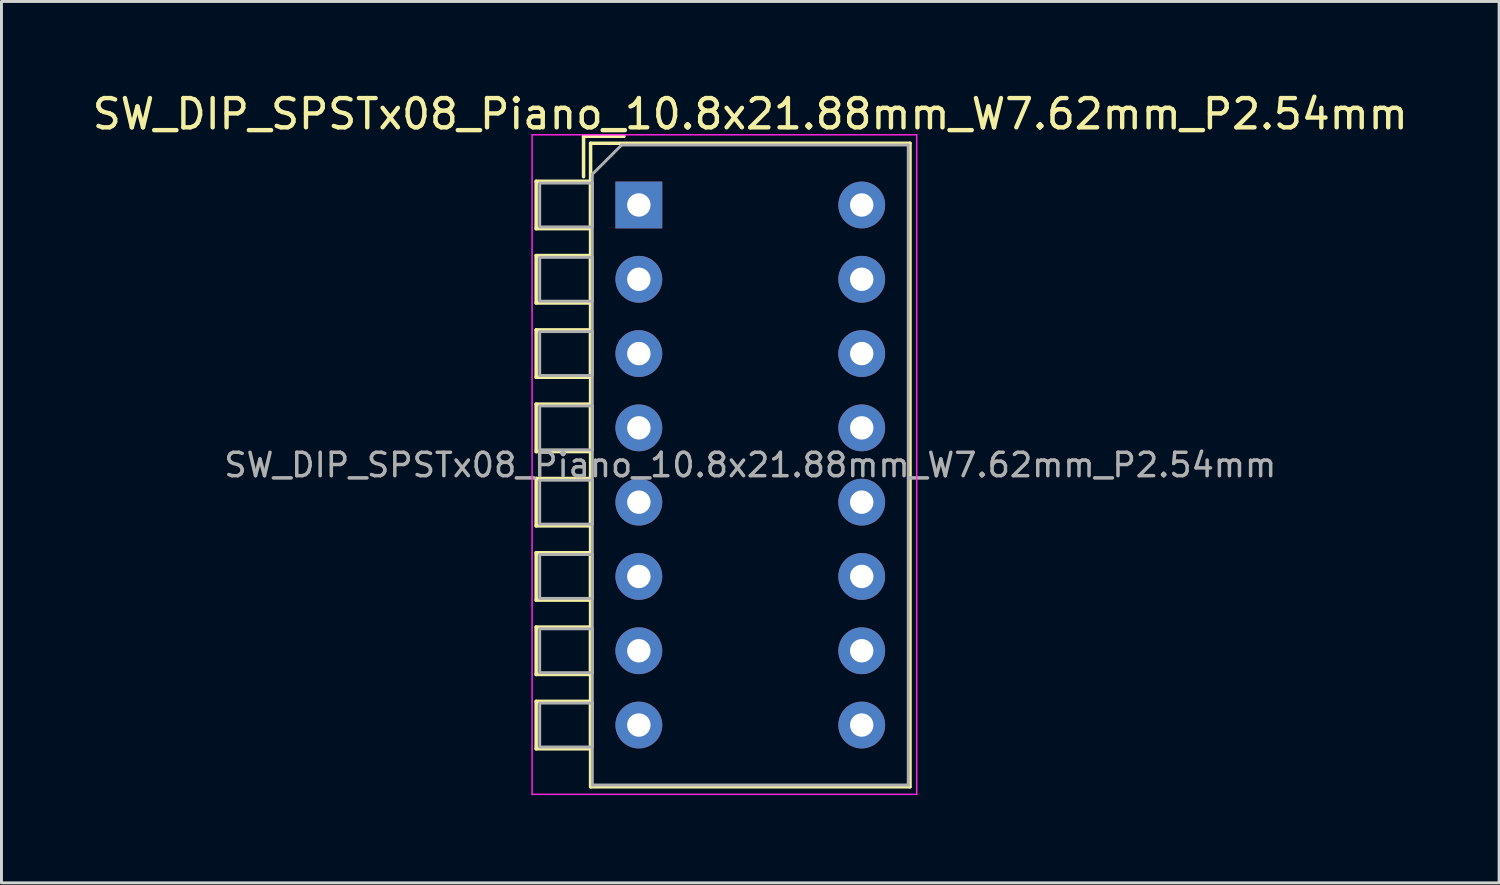
<source format=kicad_pcb>
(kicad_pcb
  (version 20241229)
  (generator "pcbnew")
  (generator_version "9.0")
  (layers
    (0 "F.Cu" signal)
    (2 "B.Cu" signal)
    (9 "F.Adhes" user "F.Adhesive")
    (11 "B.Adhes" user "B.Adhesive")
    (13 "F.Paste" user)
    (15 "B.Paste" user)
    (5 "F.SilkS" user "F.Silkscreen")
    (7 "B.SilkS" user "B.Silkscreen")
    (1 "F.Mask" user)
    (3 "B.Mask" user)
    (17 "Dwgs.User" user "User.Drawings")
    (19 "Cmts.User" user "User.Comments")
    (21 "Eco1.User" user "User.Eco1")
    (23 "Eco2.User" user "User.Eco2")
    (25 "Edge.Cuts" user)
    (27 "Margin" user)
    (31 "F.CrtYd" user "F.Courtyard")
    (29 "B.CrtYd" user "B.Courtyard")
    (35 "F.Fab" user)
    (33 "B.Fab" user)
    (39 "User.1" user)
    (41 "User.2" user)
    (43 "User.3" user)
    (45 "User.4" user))
  (footprint "SW_DIP_SPSTx08_Piano_10.8x21.88mm_W7.62mm_P2.54mm"
    (layer "F.Cu")
    (at 18.791 3.958)
    (property "Reference" "SW_DIP_SPSTx08_Piano_10.8x21.88mm_W7.62mm_P2.54mm" (at 3.81 -3.11 0) (layer "F.SilkS") (effects (font (size 1 1) (thickness 0.15))))
    (attr through_hole)
    (fp_line (start -3.51 -0.81) (end -3.51 0.81) (stroke (width 0.12) (type solid)) (layer "F.SilkS"))
    (fp_line (start -3.51 -0.81) (end -1.65 -0.81) (stroke (width 0.12) (type solid)) (layer "F.SilkS"))
    (fp_line (start -3.51 0.81) (end -1.65 0.81) (stroke (width 0.12) (type solid)) (layer "F.SilkS"))
    (fp_line (start -3.51 1.73) (end -3.51 3.35) (stroke (width 0.12) (type solid)) (layer "F.SilkS"))
    (fp_line (start -3.51 1.73) (end -1.65 1.73) (stroke (width 0.12) (type solid)) (layer "F.SilkS"))
    (fp_line (start -3.51 3.35) (end -1.65 3.35) (stroke (width 0.12) (type solid)) (layer "F.SilkS"))
    (fp_line (start -3.51 4.27) (end -3.51 5.89) (stroke (width 0.12) (type solid)) (layer "F.SilkS"))
    (fp_line (start -3.51 4.27) (end -1.65 4.27) (stroke (width 0.12) (type solid)) (layer "F.SilkS"))
    (fp_line (start -3.51 5.89) (end -1.65 5.89) (stroke (width 0.12) (type solid)) (layer "F.SilkS"))
    (fp_line (start -3.51 6.81) (end -3.51 8.43) (stroke (width 0.12) (type solid)) (layer "F.SilkS"))
    (fp_line (start -3.51 6.81) (end -1.65 6.81) (stroke (width 0.12) (type solid)) (layer "F.SilkS"))
    (fp_line (start -3.51 8.43) (end -1.65 8.43) (stroke (width 0.12) (type solid)) (layer "F.SilkS"))
    (fp_line (start -3.51 9.35) (end -3.51 10.97) (stroke (width 0.12) (type solid)) (layer "F.SilkS"))
    (fp_line (start -3.51 9.35) (end -1.65 9.35) (stroke (width 0.12) (type solid)) (layer "F.SilkS"))
    (fp_line (start -3.51 10.97) (end -1.65 10.97) (stroke (width 0.12) (type solid)) (layer "F.SilkS"))
    (fp_line (start -3.51 11.89) (end -3.51 13.51) (stroke (width 0.12) (type solid)) (layer "F.SilkS"))
    (fp_line (start -3.51 11.89) (end -1.65 11.89) (stroke (width 0.12) (type solid)) (layer "F.SilkS"))
    (fp_line (start -3.51 13.51) (end -1.65 13.51) (stroke (width 0.12) (type solid)) (layer "F.SilkS"))
    (fp_line (start -3.51 14.43) (end -3.51 16.05) (stroke (width 0.12) (type solid)) (layer "F.SilkS"))
    (fp_line (start -3.51 14.43) (end -1.65 14.43) (stroke (width 0.12) (type solid)) (layer "F.SilkS"))
    (fp_line (start -3.51 16.05) (end -1.65 16.05) (stroke (width 0.12) (type solid)) (layer "F.SilkS"))
    (fp_line (start -3.51 16.971) (end -3.51 18.591) (stroke (width 0.12) (type solid)) (layer "F.SilkS"))
    (fp_line (start -3.51 16.971) (end -1.65 16.971) (stroke (width 0.12) (type solid)) (layer "F.SilkS"))
    (fp_line (start -3.51 18.591) (end -1.65 18.591) (stroke (width 0.12) (type solid)) (layer "F.SilkS"))
    (fp_line (start -1.89 -2.35) (end -1.89 -0.967) (stroke (width 0.12) (type solid)) (layer "F.SilkS"))
    (fp_line (start -1.89 -2.35) (end -0.507 -2.35) (stroke (width 0.12) (type solid)) (layer "F.SilkS"))
    (fp_line (start -1.65 -2.11) (end -1.65 19.891) (stroke (width 0.12) (type solid)) (layer "F.SilkS"))
    (fp_line (start -1.65 -2.11) (end 9.27 -2.11) (stroke (width 0.12) (type solid)) (layer "F.SilkS"))
    (fp_line (start -1.65 -0.81) (end -1.65 0.81) (stroke (width 0.12) (type solid)) (layer "F.SilkS"))
    (fp_line (start -1.65 1.73) (end -1.65 3.35) (stroke (width 0.12) (type solid)) (layer "F.SilkS"))
    (fp_line (start -1.65 4.27) (end -1.65 5.89) (stroke (width 0.12) (type solid)) (layer "F.SilkS"))
    (fp_line (start -1.65 6.81) (end -1.65 8.43) (stroke (width 0.12) (type solid)) (layer "F.SilkS"))
    (fp_line (start -1.65 9.35) (end -1.65 10.97) (stroke (width 0.12) (type solid)) (layer "F.SilkS"))
    (fp_line (start -1.65 11.89) (end -1.65 13.51) (stroke (width 0.12) (type solid)) (layer "F.SilkS"))
    (fp_line (start -1.65 14.43) (end -1.65 16.05) (stroke (width 0.12) (type solid)) (layer "F.SilkS"))
    (fp_line (start -1.65 16.971) (end -1.65 18.591) (stroke (width 0.12) (type solid)) (layer "F.SilkS"))
    (fp_line (start -1.65 19.891) (end 9.27 19.891) (stroke (width 0.12) (type solid)) (layer "F.SilkS"))
    (fp_line (start 9.27 -2.11) (end 9.27 19.891) (stroke (width 0.12) (type solid)) (layer "F.SilkS"))
    (fp_line (start -3.65 -2.4) (end -3.65 20.15) (stroke (width 0.05) (type solid)) (layer "F.CrtYd"))
    (fp_line (start -3.65 20.15) (end 9.5 20.15) (stroke (width 0.05) (type solid)) (layer "F.CrtYd"))
    (fp_line (start 9.5 -2.4) (end -3.65 -2.4) (stroke (width 0.05) (type solid)) (layer "F.CrtYd"))
    (fp_line (start 9.5 20.15) (end 9.5 -2.4) (stroke (width 0.05) (type solid)) (layer "F.CrtYd"))
    (fp_line (start -3.39 -0.75) (end -1.59 -0.75) (stroke (width 0.1) (type solid)) (layer "F.Fab"))
    (fp_line (start -3.39 0.75) (end -3.39 -0.75) (stroke (width 0.1) (type solid)) (layer "F.Fab"))
    (fp_line (start -3.39 1.79) (end -1.59 1.79) (stroke (width 0.1) (type solid)) (layer "F.Fab"))
    (fp_line (start -3.39 3.29) (end -3.39 1.79) (stroke (width 0.1) (type solid)) (layer "F.Fab"))
    (fp_line (start -3.39 4.33) (end -1.59 4.33) (stroke (width 0.1) (type solid)) (layer "F.Fab"))
    (fp_line (start -3.39 5.83) (end -3.39 4.33) (stroke (width 0.1) (type solid)) (layer "F.Fab"))
    (fp_line (start -3.39 6.87) (end -1.59 6.87) (stroke (width 0.1) (type solid)) (layer "F.Fab"))
    (fp_line (start -3.39 8.37) (end -3.39 6.87) (stroke (width 0.1) (type solid)) (layer "F.Fab"))
    (fp_line (start -3.39 9.41) (end -1.59 9.41) (stroke (width 0.1) (type solid)) (layer "F.Fab"))
    (fp_line (start -3.39 10.91) (end -3.39 9.41) (stroke (width 0.1) (type solid)) (layer "F.Fab"))
    (fp_line (start -3.39 11.95) (end -1.59 11.95) (stroke (width 0.1) (type solid)) (layer "F.Fab"))
    (fp_line (start -3.39 13.45) (end -3.39 11.95) (stroke (width 0.1) (type solid)) (layer "F.Fab"))
    (fp_line (start -3.39 14.49) (end -1.59 14.49) (stroke (width 0.1) (type solid)) (layer "F.Fab"))
    (fp_line (start -3.39 15.99) (end -3.39 14.49) (stroke (width 0.1) (type solid)) (layer "F.Fab"))
    (fp_line (start -3.39 17.03) (end -1.59 17.03) (stroke (width 0.1) (type solid)) (layer "F.Fab"))
    (fp_line (start -3.39 18.53) (end -3.39 17.03) (stroke (width 0.1) (type solid)) (layer "F.Fab"))
    (fp_line (start -1.59 -1.05) (end -0.59 -2.05) (stroke (width 0.1) (type solid)) (layer "F.Fab"))
    (fp_line (start -1.59 -0.75) (end -1.59 0.75) (stroke (width 0.1) (type solid)) (layer "F.Fab"))
    (fp_line (start -1.59 0.75) (end -3.39 0.75) (stroke (width 0.1) (type solid)) (layer "F.Fab"))
    (fp_line (start -1.59 1.79) (end -1.59 3.29) (stroke (width 0.1) (type solid)) (layer "F.Fab"))
    (fp_line (start -1.59 3.29) (end -3.39 3.29) (stroke (width 0.1) (type solid)) (layer "F.Fab"))
    (fp_line (start -1.59 4.33) (end -1.59 5.83) (stroke (width 0.1) (type solid)) (layer "F.Fab"))
    (fp_line (start -1.59 5.83) (end -3.39 5.83) (stroke (width 0.1) (type solid)) (layer "F.Fab"))
    (fp_line (start -1.59 6.87) (end -1.59 8.37) (stroke (width 0.1) (type solid)) (layer "F.Fab"))
    (fp_line (start -1.59 8.37) (end -3.39 8.37) (stroke (width 0.1) (type solid)) (layer "F.Fab"))
    (fp_line (start -1.59 9.41) (end -1.59 10.91) (stroke (width 0.1) (type solid)) (layer "F.Fab"))
    (fp_line (start -1.59 10.91) (end -3.39 10.91) (stroke (width 0.1) (type solid)) (layer "F.Fab"))
    (fp_line (start -1.59 11.95) (end -1.59 13.45) (stroke (width 0.1) (type solid)) (layer "F.Fab"))
    (fp_line (start -1.59 13.45) (end -3.39 13.45) (stroke (width 0.1) (type solid)) (layer "F.Fab"))
    (fp_line (start -1.59 14.49) (end -1.59 15.99) (stroke (width 0.1) (type solid)) (layer "F.Fab"))
    (fp_line (start -1.59 15.99) (end -3.39 15.99) (stroke (width 0.1) (type solid)) (layer "F.Fab"))
    (fp_line (start -1.59 17.03) (end -1.59 18.53) (stroke (width 0.1) (type solid)) (layer "F.Fab"))
    (fp_line (start -1.59 18.53) (end -3.39 18.53) (stroke (width 0.1) (type solid)) (layer "F.Fab"))
    (fp_line (start -1.59 19.83) (end -1.59 -1.05) (stroke (width 0.1) (type solid)) (layer "F.Fab"))
    (fp_line (start -0.59 -2.05) (end 9.21 -2.05) (stroke (width 0.1) (type solid)) (layer "F.Fab"))
    (fp_line (start 9.21 -2.05) (end 9.21 19.83) (stroke (width 0.1) (type solid)) (layer "F.Fab"))
    (fp_line (start 9.21 19.83) (end -1.59 19.83) (stroke (width 0.1) (type solid)) (layer "F.Fab"))
    (fp_text user "${REFERENCE}" (at 3.81 8.89 0) (layer "F.Fab") (effects (font (size 0.8 0.8) (thickness 0.12))))
    (pad "1" thru_hole rect (at 0 0) (size 1.6 1.6) (drill 0.8) (layers "*.Cu" "*.Mask"))
    (pad "2" thru_hole oval (at 0 2.54) (size 1.6 1.6) (drill 0.8) (layers "*.Cu" "*.Mask"))
    (pad "3" thru_hole oval (at 0 5.08) (size 1.6 1.6) (drill 0.8) (layers "*.Cu" "*.Mask"))
    (pad "4" thru_hole oval (at 0 7.62) (size 1.6 1.6) (drill 0.8) (layers "*.Cu" "*.Mask"))
    (pad "5" thru_hole oval (at 0 10.16) (size 1.6 1.6) (drill 0.8) (layers "*.Cu" "*.Mask"))
    (pad "6" thru_hole oval (at 0 12.7) (size 1.6 1.6) (drill 0.8) (layers "*.Cu" "*.Mask"))
    (pad "7" thru_hole oval (at 0 15.24) (size 1.6 1.6) (drill 0.8) (layers "*.Cu" "*.Mask"))
    (pad "8" thru_hole oval (at 0 17.78) (size 1.6 1.6) (drill 0.8) (layers "*.Cu" "*.Mask"))
    (pad "9" thru_hole oval (at 7.62 17.78) (size 1.6 1.6) (drill 0.8) (layers "*.Cu" "*.Mask"))
    (pad "10" thru_hole oval (at 7.62 15.24) (size 1.6 1.6) (drill 0.8) (layers "*.Cu" "*.Mask"))
    (pad "11" thru_hole oval (at 7.62 12.7) (size 1.6 1.6) (drill 0.8) (layers "*.Cu" "*.Mask"))
    (pad "12" thru_hole oval (at 7.62 10.16) (size 1.6 1.6) (drill 0.8) (layers "*.Cu" "*.Mask"))
    (pad "13" thru_hole oval (at 7.62 7.62) (size 1.6 1.6) (drill 0.8) (layers "*.Cu" "*.Mask"))
    (pad "14" thru_hole oval (at 7.62 5.08) (size 1.6 1.6) (drill 0.8) (layers "*.Cu" "*.Mask"))
    (pad "15" thru_hole oval (at 7.62 2.54) (size 1.6 1.6) (drill 0.8) (layers "*.Cu" "*.Mask"))
    (pad "16" thru_hole oval (at 7.62 0) (size 1.6 1.6) (drill 0.8) (layers "*.Cu" "*.Mask")))
  (gr_rect
    (start -3 -3)
    (end 48.202 27.133)
    (stroke (width 0.1) (type default))
    (fill no)
    (layer "Edge.Cuts")))
</source>
